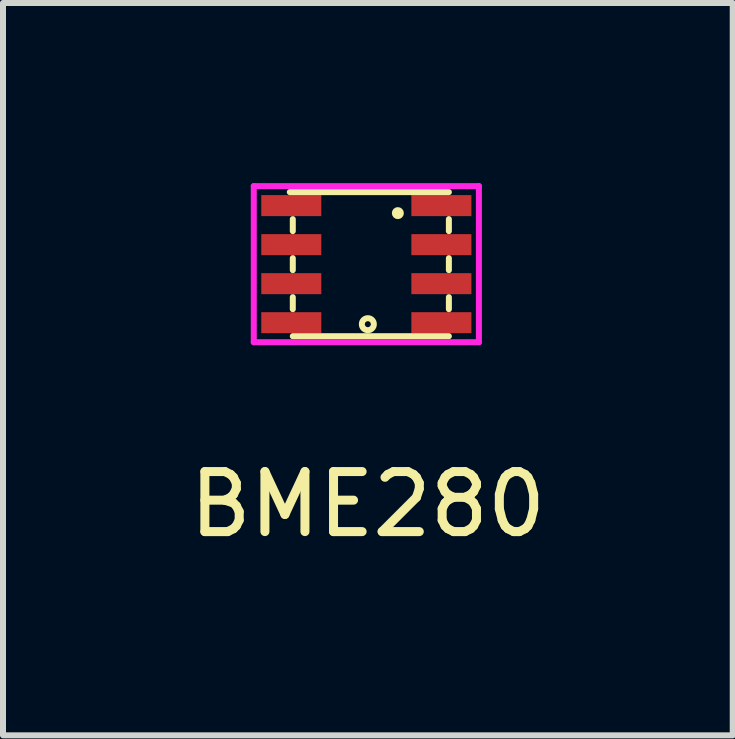
<source format=kicad_pcb>
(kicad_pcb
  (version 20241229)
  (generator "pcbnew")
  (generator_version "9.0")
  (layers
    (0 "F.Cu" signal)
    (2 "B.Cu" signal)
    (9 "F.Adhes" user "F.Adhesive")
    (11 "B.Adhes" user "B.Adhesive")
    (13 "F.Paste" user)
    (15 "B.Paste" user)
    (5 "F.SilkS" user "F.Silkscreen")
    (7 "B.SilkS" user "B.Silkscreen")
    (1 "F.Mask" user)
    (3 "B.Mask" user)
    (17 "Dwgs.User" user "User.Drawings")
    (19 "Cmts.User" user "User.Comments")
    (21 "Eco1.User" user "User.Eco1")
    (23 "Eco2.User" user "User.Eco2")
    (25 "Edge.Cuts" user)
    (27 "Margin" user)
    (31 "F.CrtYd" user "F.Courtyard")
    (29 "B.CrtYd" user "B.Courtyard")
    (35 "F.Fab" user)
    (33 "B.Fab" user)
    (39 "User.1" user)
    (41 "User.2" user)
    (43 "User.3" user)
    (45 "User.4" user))
  (footprint "BME280"
    (layer "F.Cu")
    (at 3.077 1.35)
    (property "Reference" "BME280" (at 0 4 0) (layer "F.SilkS") (effects (font (size 1 1) (thickness 0.15))))
    (attr through_hole)
    (fp_line (start -1.3 -1.2) (end 1.35 -1.2) (stroke (width 0.1) (type solid)) (layer "F.SilkS"))
    (fp_line (start -1.25 -0.55) (end -1.25 -0.75) (stroke (width 0.1) (type solid)) (layer "F.SilkS"))
    (fp_line (start -1.25 0.1) (end -1.25 -0.1) (stroke (width 0.1) (type solid)) (layer "F.SilkS"))
    (fp_line (start -1.25 0.75) (end -1.25 0.55) (stroke (width 0.1) (type solid)) (layer "F.SilkS"))
    (fp_line (start 1.35 -0.75) (end 1.35 -0.55) (stroke (width 0.1) (type solid)) (layer "F.SilkS"))
    (fp_line (start 1.35 -0.1) (end 1.35 0.1) (stroke (width 0.1) (type solid)) (layer "F.SilkS"))
    (fp_line (start 1.35 0.55) (end 1.35 0.75) (stroke (width 0.1) (type solid)) (layer "F.SilkS"))
    (fp_line (start 1.35 1.2) (end -1.25 1.2) (stroke (width 0.1) (type solid)) (layer "F.SilkS"))
    (fp_circle (center 0 1) (end 0 0.9) (stroke (width 0.1) (type solid)) (fill no) (layer "F.SilkS"))
    (fp_circle (center 0.5 -0.85) (end 0.5 -0.9) (stroke (width 0.1) (type solid)) (fill no) (layer "F.SilkS"))
    (fp_line (start -1.9 -1.3) (end 1.85 -1.3) (stroke (width 0.1) (type solid)) (layer "F.CrtYd"))
    (fp_line (start -1.9 1.3) (end -1.9 -1.3) (stroke (width 0.1) (type solid)) (layer "F.CrtYd"))
    (fp_line (start 1.85 -1.3) (end 1.85 1.3) (stroke (width 0.1) (type solid)) (layer "F.CrtYd"))
    (fp_line (start 1.85 1.3) (end -1.9 1.3) (stroke (width 0.1) (type solid)) (layer "F.CrtYd"))
    (pad "1" smd rect (at 1.225 -0.975) (size 1 0.35) (layers "F.Cu" "F.Mask" "F.Paste"))
    (pad "2" smd rect (at 1.225 -0.325) (size 1 0.35) (layers "F.Cu" "F.Mask" "F.Paste"))
    (pad "3" smd rect (at 1.225 0.325) (size 1 0.35) (layers "F.Cu" "F.Mask" "F.Paste"))
    (pad "4" smd rect (at 1.225 0.975) (size 1 0.35) (layers "F.Cu" "F.Mask" "F.Paste"))
    (pad "5" smd rect (at -1.275 0.975) (size 1 0.35) (layers "F.Cu" "F.Mask" "F.Paste"))
    (pad "6" smd rect (at -1.275 0.325) (size 1 0.35) (layers "F.Cu" "F.Mask" "F.Paste"))
    (pad "7" smd rect (at -1.275 -0.325) (size 1 0.35) (layers "F.Cu" "F.Mask" "F.Paste"))
    (pad "8" smd rect (at -1.275 -0.975) (size 1 0.35) (layers "F.Cu" "F.Mask" "F.Paste")))
  (gr_rect
    (start -3 -3)
    (end 9.155 9.198)
    (stroke (width 0.1) (type default))
    (fill no)
    (layer "Edge.Cuts")))
</source>
